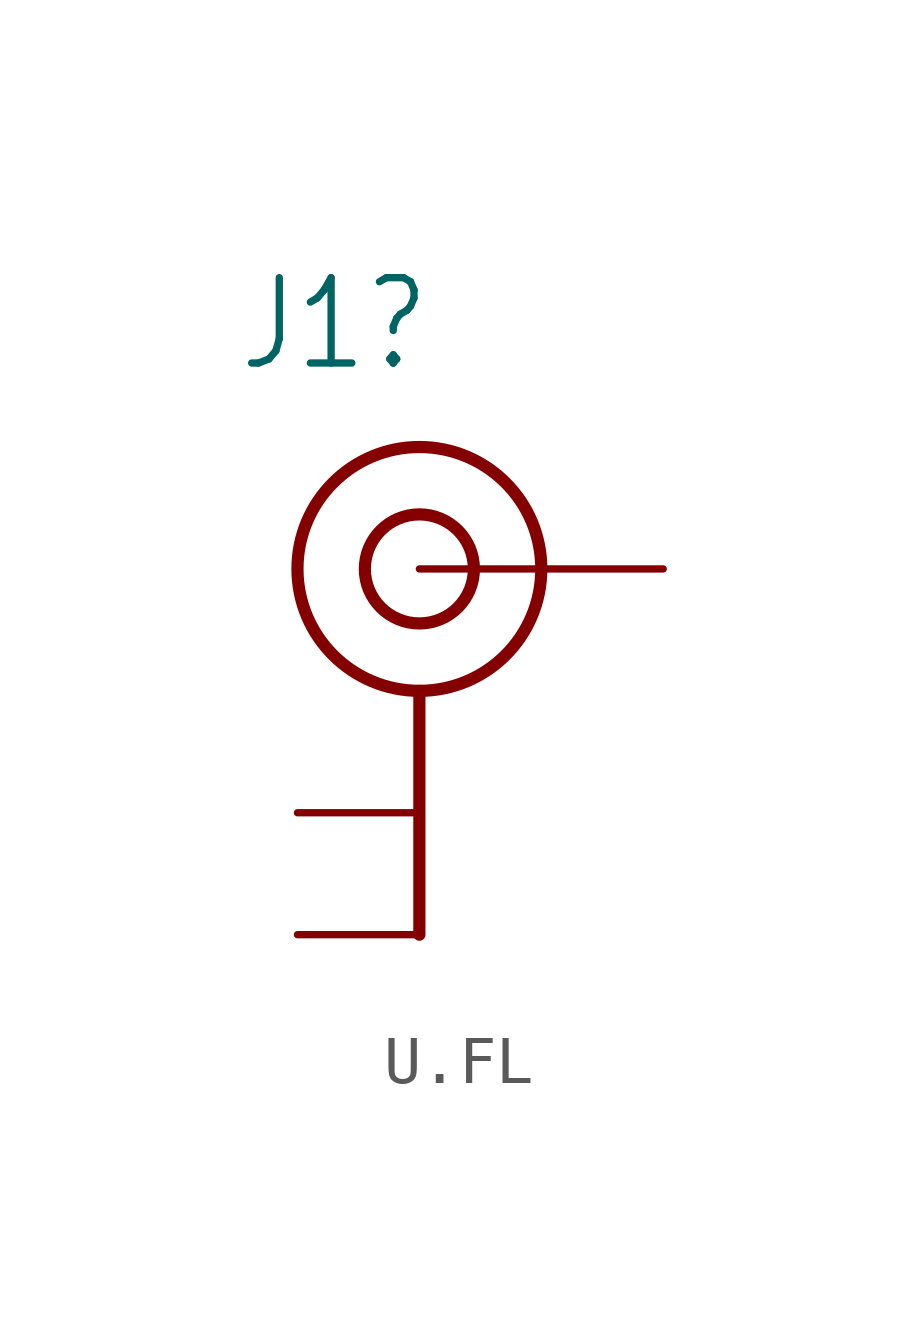
<source format=kicad_sym>
(kicad_symbol_lib
  (version 20241209)
  (generator "kicad_symbol_editor")
  (generator_version "9.0")
  (symbol "U.FL"
    (property "Reference" "J1"
      (at -3.81 4.064 0)
      (effects (font (size 1.778 1.511)) (justify left bottom)))
    (property "ki_locked" ""
      (at 0 0 0)
      (effects (font (size 1.27 1.27))))
    (symbol "U.FL_1_0"
      (circle (center 0 0) (radius 1.136) (stroke (width 0.254) (type default)) (fill (type none)))
      (circle (center 0 0) (radius 2.54) (stroke (width 0.254) (type default)) (fill (type none)))
      (polyline (pts (xy 0 -2.54) (xy 0 -7.62)) (stroke (width 0.254) (type default)) (fill (type none)))
      (pin bidirectional line (at -2.54 -5.08 0) (length 2.54) (name "GND@0" (effects (font (size 0 0)))) (number "1" (effects (font (size 0 0)))))
      (pin bidirectional line (at -2.54 -7.62 0) (length 2.54) (name "GND@1" (effects (font (size 0 0)))) (number "2" (effects (font (size 0 0)))))
      (pin bidirectional line (at 5.08 0 180) (length 5.08) (name "SIGNAL" (effects (font (size 0 0)))) (number "FEED" (effects (font (size 0 0))))))))
</source>
